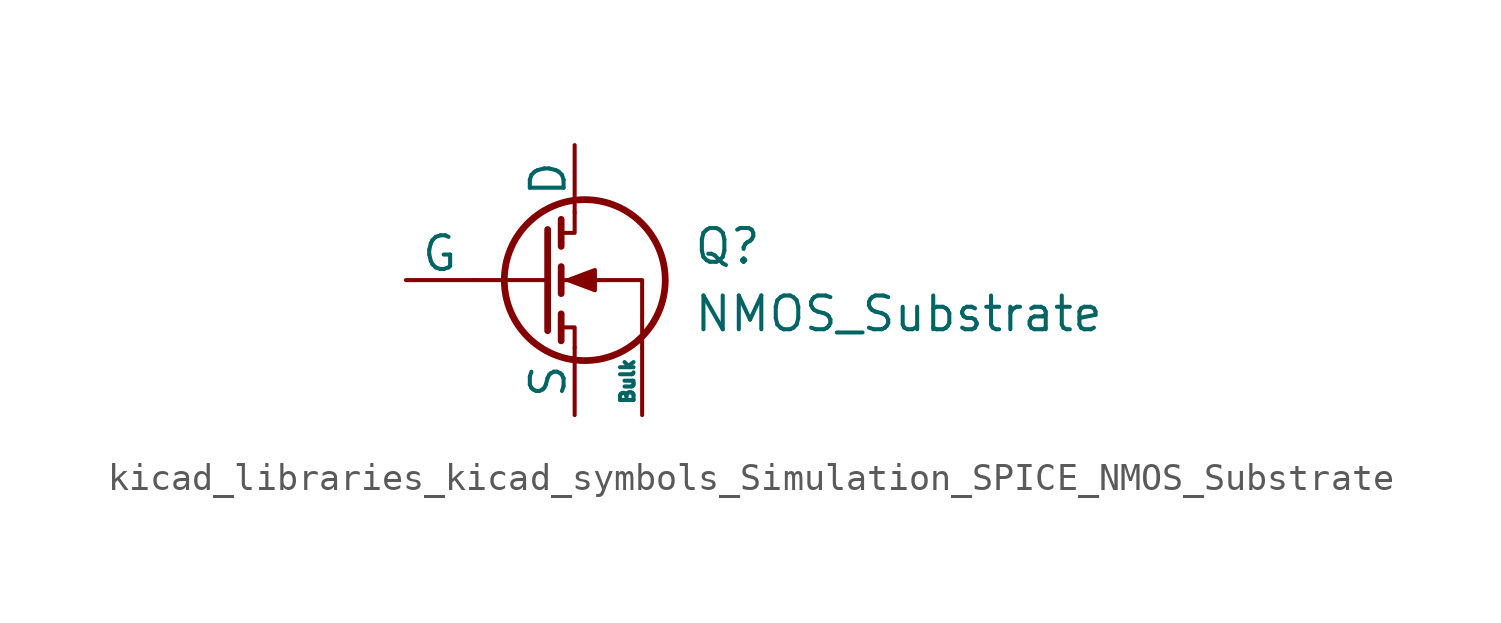
<source format=kicad_sym>
(kicad_symbol_lib
  (version 20220914)
  (generator kicad_symbol_editor)
  (symbol "kicad_libraries_kicad_symbols_Simulation_SPICE_NMOS_Substrate"
    (pin_numbers hide)
    (pin_names
      (offset 0))
    (property "Reference" "Q"
      (at 6.985 1.27 0)
      (effects (font (size 1.27 1.27)) (justify left)))
    (property "Value" "NMOS_Substrate"
      (at 6.985 -1.27 0)
      (effects (font (size 1.27 1.27)) (justify left)))
    (symbol "kicad_libraries_kicad_symbols_Simulation_SPICE_NMOS_Substrate_0_1"
      (polyline (pts (xy 1.524 0) (xy -1.27 0)) (stroke (width 0) (type default)) (fill (type none)))
      (polyline (pts (xy 1.524 1.905) (xy 1.524 -1.905)) (stroke (width 0.254) (type default)) (fill (type none)))
      (polyline (pts (xy 2.032 -1.27) (xy 2.032 -2.286)) (stroke (width 0.254) (type default)) (fill (type none)))
      (polyline (pts (xy 2.032 0.508) (xy 2.032 -0.508)) (stroke (width 0.254) (type default)) (fill (type none)))
      (polyline (pts (xy 2.032 2.286) (xy 2.032 1.27)) (stroke (width 0.254) (type default)) (fill (type none)))
      (polyline (pts (xy 2.032 1.778) (xy 2.54 1.778) (xy 2.54 2.54)) (stroke (width 0) (type default)) (fill (type none)))
      (polyline (pts (xy 2.54 -2.54) (xy 2.54 -1.778) (xy 2.032 -1.778)) (stroke (width 0) (type default)) (fill (type none)))
      (polyline (pts (xy 5.08 -2.54) (xy 5.08 0) (xy 2.032 0)) (stroke (width 0) (type default)) (fill (type none)))
      (polyline (pts (xy 2.286 0) (xy 3.302 0.381) (xy 3.302 -0.381) (xy 2.286 0)) (stroke (width 0) (type default)) (fill (type outline)))
      (circle (center 2.921 0) (radius 3.029) (stroke (width 0.254) (type default)) (fill (type none))))
    (symbol "kicad_libraries_kicad_symbols_Simulation_SPICE_NMOS_Substrate_1_1"
      (pin passive line (at 2.54 5.08 270) (length 2.54) (name "D" (effects (font (size 1.27 1.27)))) (number "1" (effects (font (size 1.27 1.27)))))
      (pin input line (at -3.81 0 0) (length 2.54) (name "G" (effects (font (size 1.27 1.27)))) (number "2" (effects (font (size 1.27 1.27)))))
      (pin passive line (at 2.54 -5.08 90) (length 2.54) (name "S" (effects (font (size 1.27 1.27)))) (number "3" (effects (font (size 1.27 1.27)))))
      (pin input line (at 5.08 -5.08 90) (length 2.54) (name "Bulk" (effects (font (size 0.508 0.508)))) (number "4" (effects (font (size 1.27 1.27))))))))
</source>
